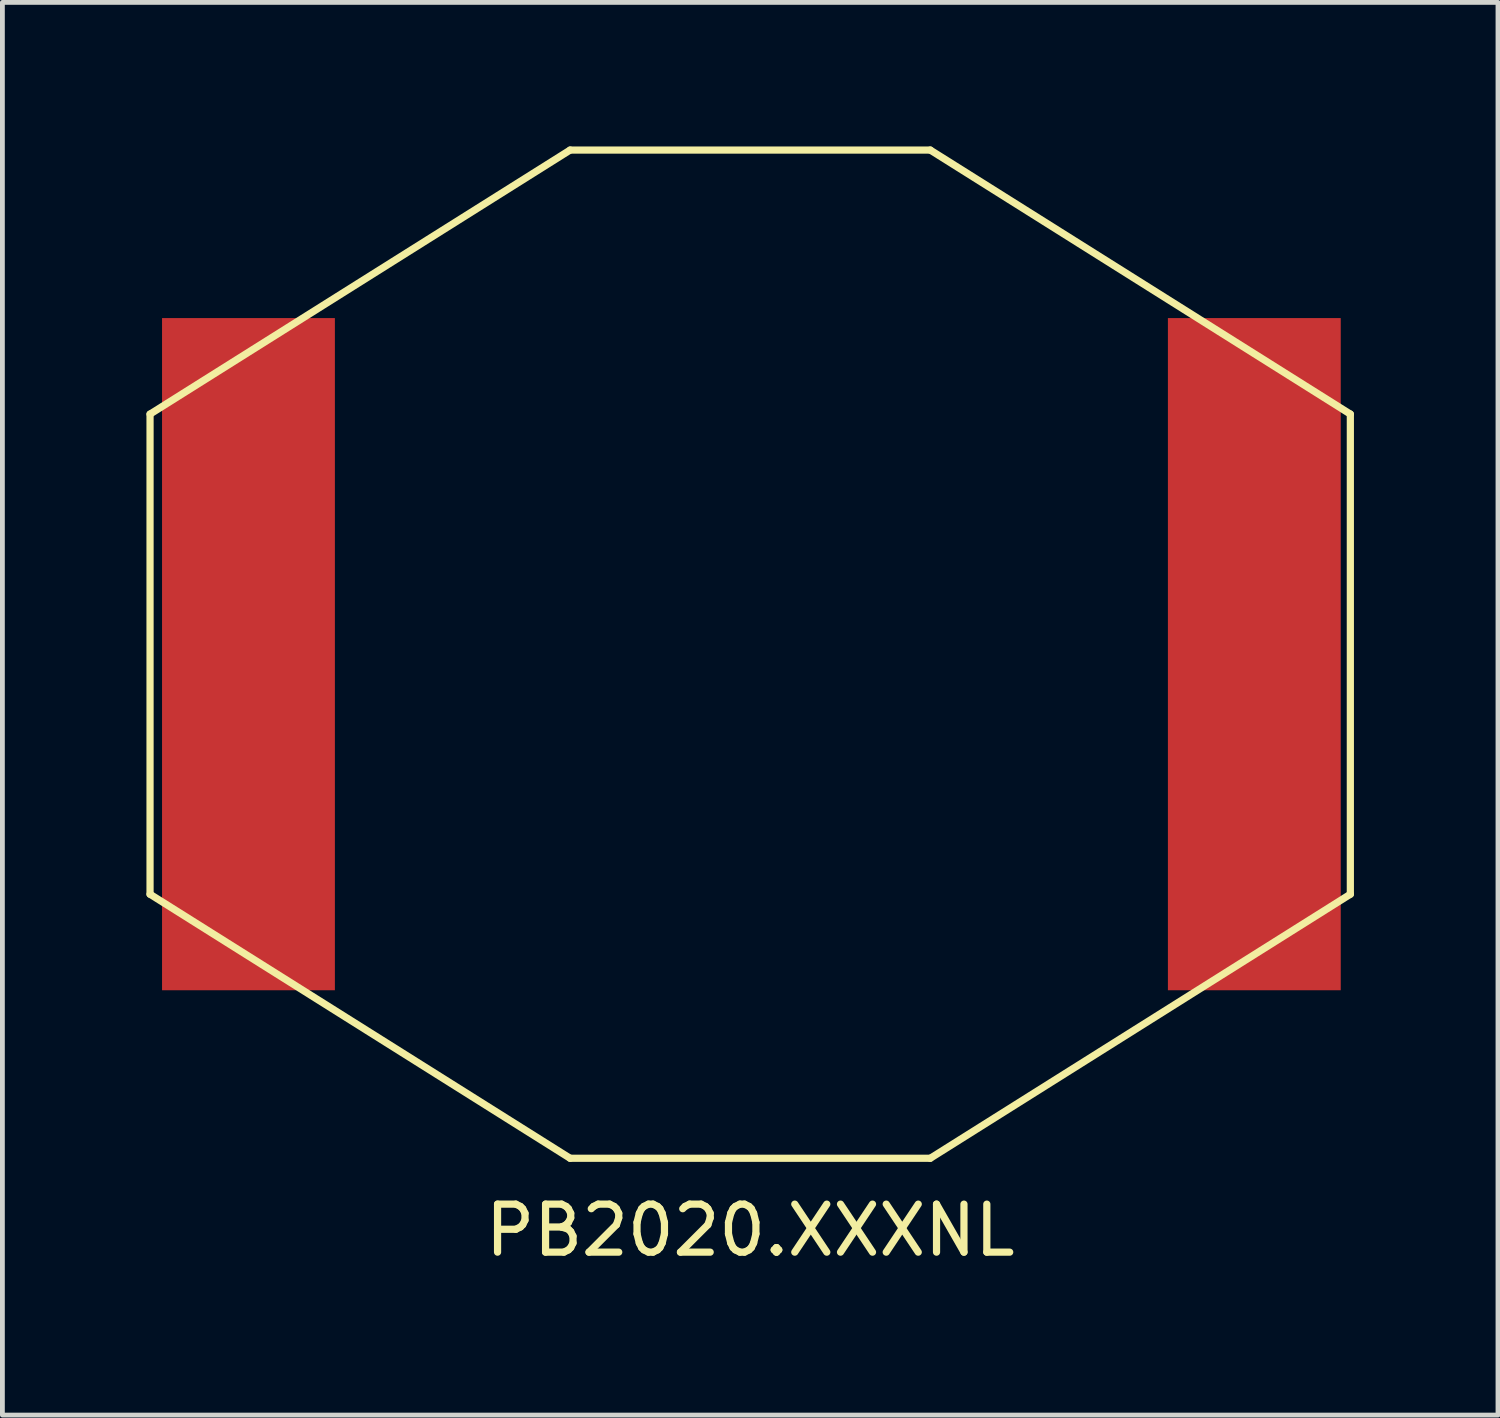
<source format=kicad_pcb>
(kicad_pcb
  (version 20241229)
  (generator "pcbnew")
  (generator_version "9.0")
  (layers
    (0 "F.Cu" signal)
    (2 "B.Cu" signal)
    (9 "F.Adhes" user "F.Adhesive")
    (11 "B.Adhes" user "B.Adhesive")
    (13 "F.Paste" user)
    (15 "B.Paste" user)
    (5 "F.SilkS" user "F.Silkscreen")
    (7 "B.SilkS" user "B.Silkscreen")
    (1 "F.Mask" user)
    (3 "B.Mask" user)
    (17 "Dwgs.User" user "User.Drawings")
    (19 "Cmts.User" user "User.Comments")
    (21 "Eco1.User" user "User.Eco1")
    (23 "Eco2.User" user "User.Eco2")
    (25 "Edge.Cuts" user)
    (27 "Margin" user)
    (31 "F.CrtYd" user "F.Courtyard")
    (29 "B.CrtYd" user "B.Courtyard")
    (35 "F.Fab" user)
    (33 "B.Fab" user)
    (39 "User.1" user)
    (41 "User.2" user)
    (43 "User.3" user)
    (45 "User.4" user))
  (footprint "PB2020.XXXNL"
    (layer "F.Cu")
    (at 12.575 10.575)
    (property "Reference" "PB2020.XXXNL" (at 0 12 0) (layer "F.SilkS") (effects (font (size 1 1) (thickness 0.15))))
    (attr through_hole)
    (fp_line (start -12.5 -5) (end -12.5 5) (stroke (width 0.15) (type solid)) (layer "F.SilkS"))
    (fp_line (start -12.5 5) (end -3.75 10.5) (stroke (width 0.15) (type solid)) (layer "F.SilkS"))
    (fp_line (start -3.75 -10.5) (end -12.5 -5) (stroke (width 0.15) (type solid)) (layer "F.SilkS"))
    (fp_line (start -3.75 -10.5) (end 3.75 -10.5) (stroke (width 0.15) (type solid)) (layer "F.SilkS"))
    (fp_line (start 3.75 10.5) (end -3.75 10.5) (stroke (width 0.15) (type solid)) (layer "F.SilkS"))
    (fp_line (start 3.75 10.5) (end 12.5 5) (stroke (width 0.15) (type solid)) (layer "F.SilkS"))
    (fp_line (start 12.5 -5) (end 3.75 -10.5) (stroke (width 0.15) (type solid)) (layer "F.SilkS"))
    (fp_line (start 12.5 5) (end 12.5 -5) (stroke (width 0.15) (type solid)) (layer "F.SilkS"))
    (pad "1" smd rect (at -10.45 0) (size 3.6 14) (layers "F.Cu" "F.Mask" "F.Paste"))
    (pad "2" smd rect (at 10.5 0) (size 3.6 14) (layers "F.Cu" "F.Mask" "F.Paste")))
  (gr_rect
    (start -3 -3)
    (end 28.15 26.423)
    (stroke (width 0.1) (type default))
    (fill no)
    (layer "Edge.Cuts")))
</source>
